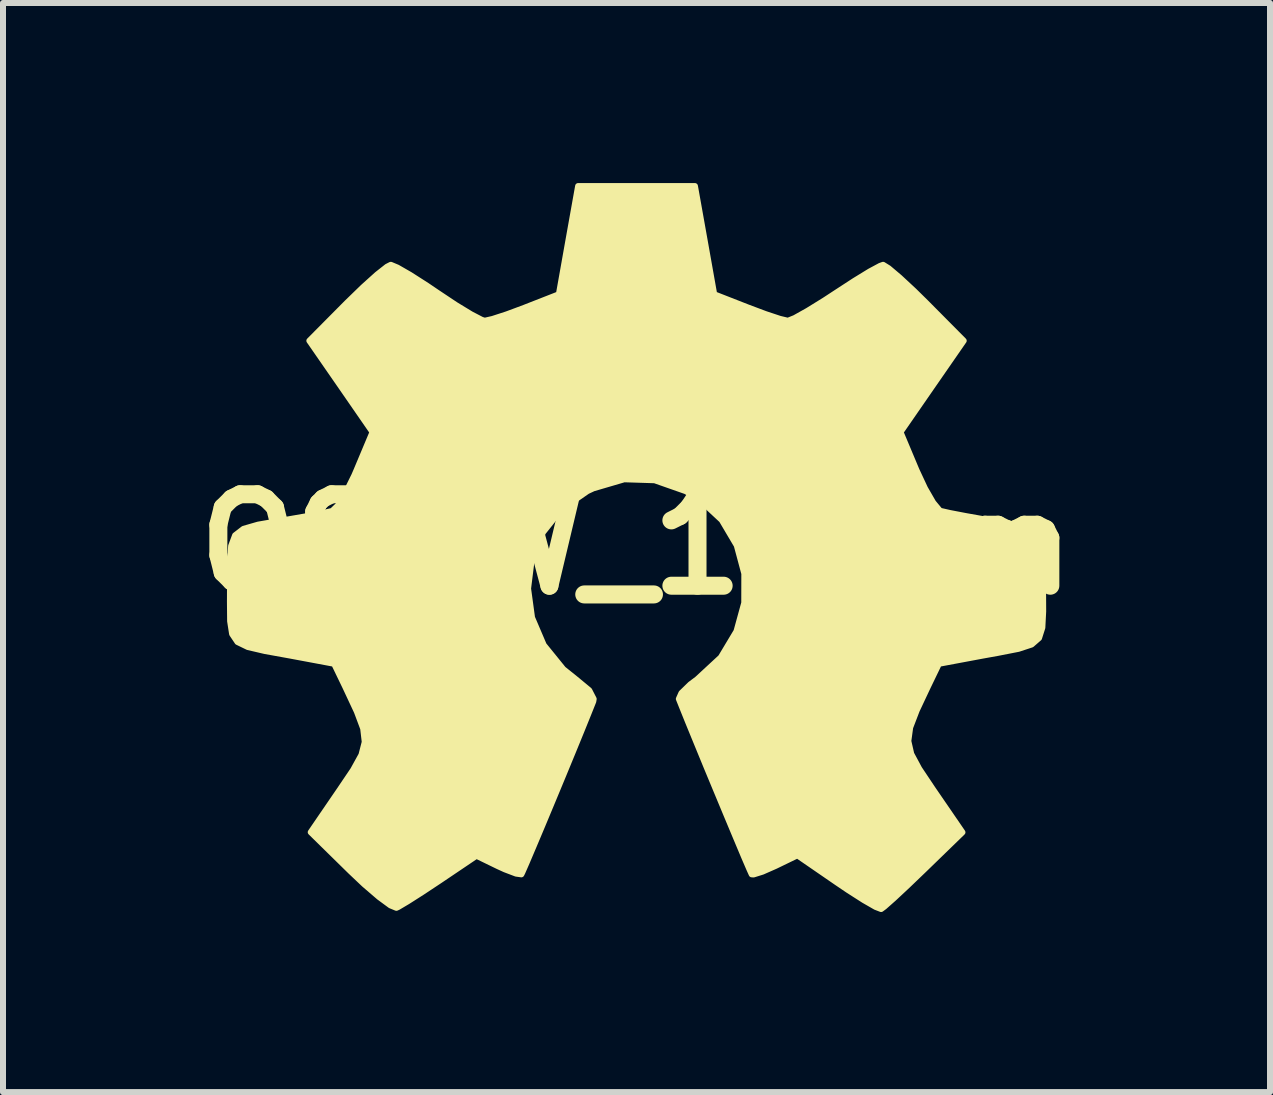
<source format=kicad_pcb>
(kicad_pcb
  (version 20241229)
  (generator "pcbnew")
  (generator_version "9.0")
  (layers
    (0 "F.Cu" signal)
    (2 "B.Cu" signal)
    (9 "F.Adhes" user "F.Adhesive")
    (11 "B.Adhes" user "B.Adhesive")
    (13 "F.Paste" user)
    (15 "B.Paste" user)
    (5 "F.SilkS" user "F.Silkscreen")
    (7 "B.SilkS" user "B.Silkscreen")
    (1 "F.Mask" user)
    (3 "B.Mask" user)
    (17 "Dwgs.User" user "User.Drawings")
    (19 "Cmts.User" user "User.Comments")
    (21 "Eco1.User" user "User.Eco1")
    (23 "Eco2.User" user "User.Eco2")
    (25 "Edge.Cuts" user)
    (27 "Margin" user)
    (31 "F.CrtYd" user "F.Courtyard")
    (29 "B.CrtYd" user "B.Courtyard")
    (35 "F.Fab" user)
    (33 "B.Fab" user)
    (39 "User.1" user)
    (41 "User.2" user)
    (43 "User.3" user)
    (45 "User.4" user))
  (footprint "OSHW_13mm"
    (layer "F.Cu")
    (at 7.555 6.019)
    (property "Reference" "OSHW_13mm" (at 0 0 0) (layer "F.SilkS") (effects (font (size 1.524 1.524) (thickness 0.3))))
    (attr through_hole)
    (fp_poly (pts (xy 6.775 1.117) (xy 6.761 1.388) (xy 6.706 1.561) (xy 6.582 1.669) (xy 6.363 1.741) (xy 6.021 1.808) (xy 5.771 1.853) (xy 5.038 1.99) (xy 4.854 2.371) (xy 4.669 2.764) (xy 4.559 3.051) (xy 4.528 3.278) (xy 4.577 3.492) (xy 4.709 3.738) (xy 4.926 4.063) (xy 4.945 4.091) (xy 5.43 4.798) (xy 4.783 5.426) (xy 4.512 5.686) (xy 4.285 5.898) (xy 4.129 6.036) (xy 4.075 6.076) (xy 3.984 6.041) (xy 3.787 5.928) (xy 3.52 5.757) (xy 3.347 5.64) (xy 2.68 5.181) (xy 2.315 5.358) (xy 2.097 5.454) (xy 1.95 5.5) (xy 1.919 5.498) (xy 1.882 5.416) (xy 1.792 5.207) (xy 1.663 4.9) (xy 1.507 4.527) (xy 1.336 4.116) (xy 1.162 3.697) (xy 0.999 3.3) (xy 0.858 2.956) (xy 0.752 2.693) (xy 0.705 2.575) (xy 0.748 2.478) (xy 0.897 2.333) (xy 1.013 2.246) (xy 1.405 1.883) (xy 1.665 1.449) (xy 1.795 0.975) (xy 1.796 0.488) (xy 1.67 0.018) (xy 1.42 -0.405) (xy 1.046 -0.753) (xy 0.82 -0.886) (xy 0.302 -1.068) (xy -0.205 -1.084) (xy -0.72 -0.933) (xy -0.82 -0.886) (xy -1.251 -0.587) (xy -1.561 -0.197) (xy -1.747 0.254) (xy -1.807 0.737) (xy -1.741 1.221) (xy -1.546 1.678) (xy -1.221 2.079) (xy -1.013 2.246) (xy -0.788 2.432) (xy -0.714 2.576) (xy -0.721 2.618) (xy -0.797 2.808) (xy -0.915 3.1) (xy -1.064 3.464) (xy -1.231 3.869) (xy -1.404 4.286) (xy -1.57 4.684) (xy -1.717 5.033) (xy -1.832 5.304) (xy -1.903 5.466) (xy -1.919 5.498) (xy -2.006 5.486) (xy -2.193 5.415) (xy -2.309 5.362) (xy -2.667 5.188) (xy -3.281 5.602) (xy -3.571 5.794) (xy -3.814 5.949) (xy -3.971 6.042) (xy -4.001 6.056) (xy -4.1 6.015) (xy -4.289 5.876) (xy -4.538 5.662) (xy -4.767 5.445) (xy -5.428 4.796) (xy -4.945 4.09) (xy -4.721 3.758) (xy -4.583 3.508) (xy -4.528 3.293) (xy -4.554 3.069) (xy -4.659 2.788) (xy -4.839 2.403) (xy -4.854 2.371) (xy -5.038 1.99) (xy -5.771 1.853) (xy -6.192 1.777) (xy -6.475 1.711) (xy -6.648 1.627) (xy -6.738 1.493) (xy -6.771 1.28) (xy -6.774 0.956) (xy -6.773 0.72) (xy -6.773 0.307) (xy -6.754 0.027) (xy -6.688 -0.15) (xy -6.548 -0.258) (xy -6.305 -0.328) (xy -5.933 -0.393) (xy -5.8 -0.416) (xy -5.484 -0.471) (xy -5.222 -0.522) (xy -5.071 -0.556) (xy -5.07 -0.556) (xy -4.974 -0.649) (xy -4.844 -0.86) (xy -4.702 -1.148) (xy -4.665 -1.234) (xy -4.398 -1.87) (xy -4.924 -2.631) (xy -5.451 -3.392) (xy -4.823 -4.025) (xy -4.554 -4.286) (xy -4.322 -4.495) (xy -4.157 -4.625) (xy -4.094 -4.657) (xy -3.984 -4.611) (xy -3.772 -4.489) (xy -3.494 -4.311) (xy -3.317 -4.191) (xy -3.015 -3.99) (xy -2.757 -3.833) (xy -2.58 -3.741) (xy -2.529 -3.725) (xy -2.398 -3.755) (xy -2.161 -3.832) (xy -1.868 -3.941) (xy -1.856 -3.946) (xy -1.294 -4.166) (xy -1.134 -5.067) (xy -0.973 -5.969) (xy 0 -5.969) (xy 0.973 -5.969) (xy 1.134 -5.067) (xy 1.294 -4.166) (xy 1.856 -3.946) (xy 2.149 -3.836) (xy 2.387 -3.757) (xy 2.52 -3.725) (xy 2.523 -3.725) (xy 2.635 -3.77) (xy 2.851 -3.891) (xy 3.134 -4.066) (xy 3.325 -4.191) (xy 3.629 -4.389) (xy 3.885 -4.546) (xy 4.058 -4.639) (xy 4.108 -4.657) (xy 4.2 -4.6) (xy 4.382 -4.446) (xy 4.623 -4.222) (xy 4.823 -4.025) (xy 5.451 -3.392) (xy 4.924 -2.631) (xy 4.398 -1.87) (xy 4.665 -1.234) (xy 4.806 -0.932) (xy 4.942 -0.696) (xy 5.049 -0.567) (xy 5.07 -0.556) (xy 5.219 -0.522) (xy 5.48 -0.472) (xy 5.795 -0.416) (xy 5.8 -0.416) (xy 6.214 -0.346) (xy 6.49 -0.28) (xy 6.657 -0.186) (xy 6.741 -0.032) (xy 6.771 0.215) (xy 6.774 0.587) (xy 6.773 0.72) (xy 6.775 1.117)) (stroke (width 0.1) (type solid)) (fill yes) (layer "F.SilkS")))
  (gr_rect
    (start -3 -3)
    (end 18.109 15.145)
    (stroke (width 0.1) (type default))
    (fill no)
    (layer "Edge.Cuts")))
</source>
